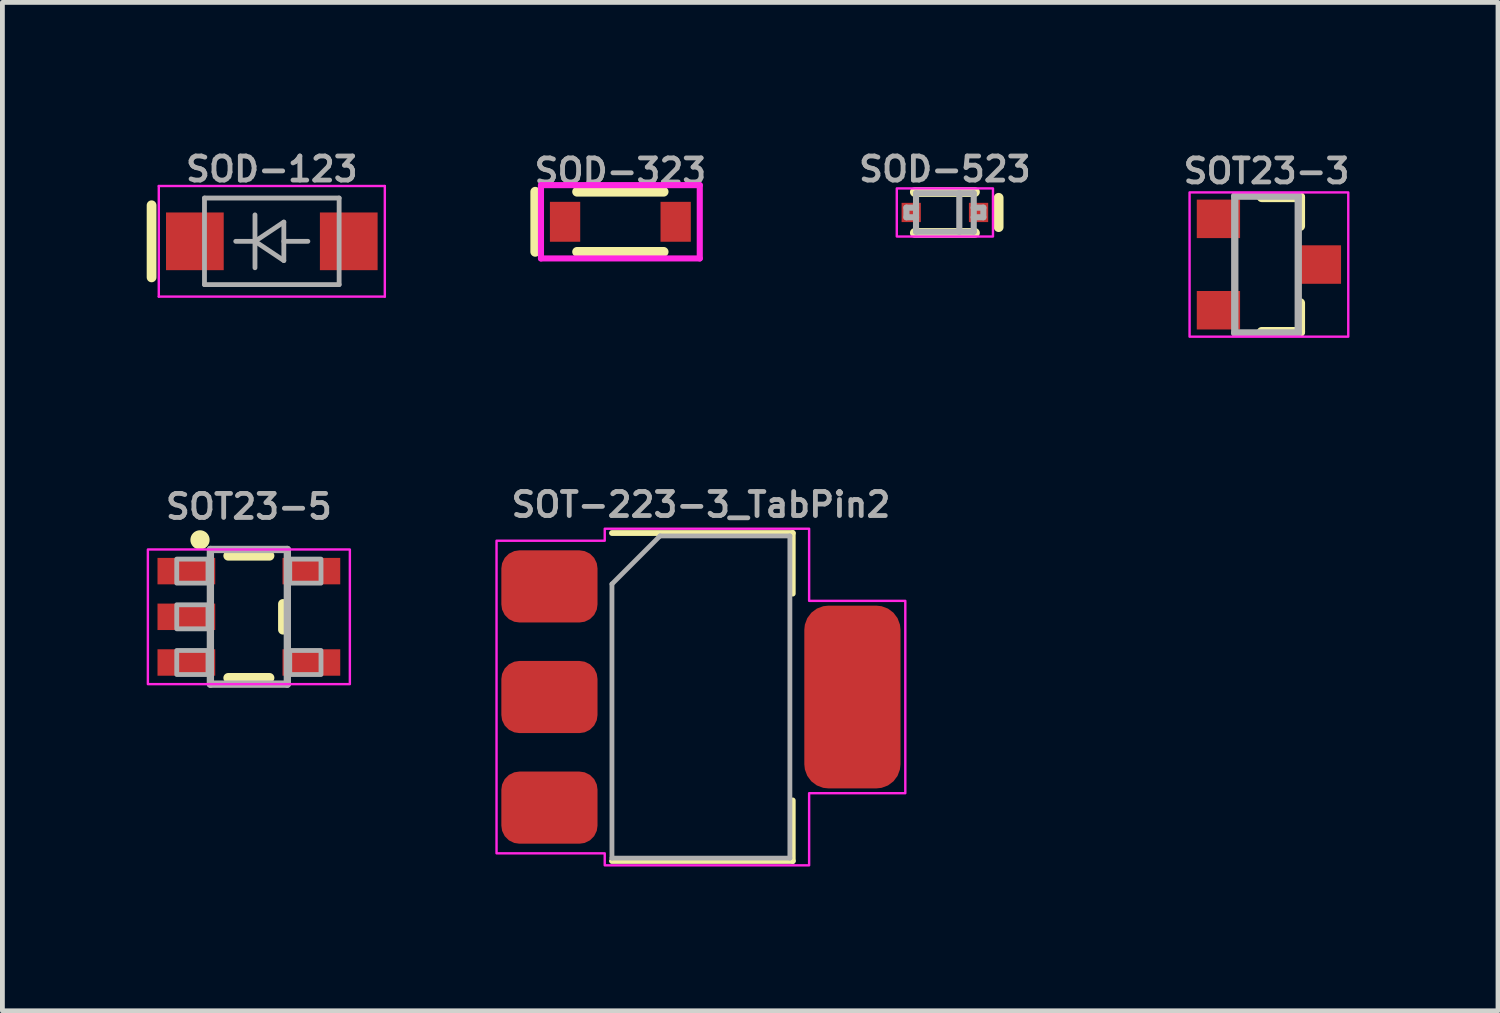
<source format=kicad_pcb>
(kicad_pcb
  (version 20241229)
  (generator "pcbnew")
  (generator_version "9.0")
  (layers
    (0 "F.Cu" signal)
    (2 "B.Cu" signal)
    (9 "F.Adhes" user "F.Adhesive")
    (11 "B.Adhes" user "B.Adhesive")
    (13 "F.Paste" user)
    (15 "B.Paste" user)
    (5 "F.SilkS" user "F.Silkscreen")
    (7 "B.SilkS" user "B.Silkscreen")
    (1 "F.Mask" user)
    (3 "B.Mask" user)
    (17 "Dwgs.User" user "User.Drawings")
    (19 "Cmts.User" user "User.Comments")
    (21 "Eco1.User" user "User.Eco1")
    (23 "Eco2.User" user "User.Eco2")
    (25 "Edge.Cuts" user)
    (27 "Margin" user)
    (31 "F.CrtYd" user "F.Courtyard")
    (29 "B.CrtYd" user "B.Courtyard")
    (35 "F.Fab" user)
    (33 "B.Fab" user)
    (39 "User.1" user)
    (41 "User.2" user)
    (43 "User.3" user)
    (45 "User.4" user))
  (footprint "SOD-323"
    (layer "F.Cu")
    (at 9.85 1.562)
    (property "Reference" "SOD-323" (at 0 -0.762 0) (layer "F.Fab") (effects (font (size 0.5 0.5) (thickness 0.1) (bold yes)) (justify bottom)))
    (fp_line (start -1.77 -0.625) (end -1.77 0.625) (stroke (width 0.203) (type solid)) (layer "F.SilkS"))
    (fp_line (start -0.9 -0.625) (end 0.9 -0.625) (stroke (width 0.203) (type solid)) (layer "F.SilkS"))
    (fp_line (start -0.9 0.625) (end 0.9 0.625) (stroke (width 0.203) (type solid)) (layer "F.SilkS"))
    (fp_line (start -1.651 -0.762) (end 1.651 -0.762) (stroke (width 0.127) (type solid)) (layer "F.CrtYd"))
    (fp_line (start -1.651 0.762) (end -1.651 -0.762) (stroke (width 0.127) (type solid)) (layer "F.CrtYd"))
    (fp_line (start 1.651 -0.762) (end 1.651 0.762) (stroke (width 0.127) (type solid)) (layer "F.CrtYd"))
    (fp_line (start 1.651 0.762) (end -1.651 0.762) (stroke (width 0.127) (type solid)) (layer "F.CrtYd"))
    (pad "A" smd rect (at 1.15 0) (size 0.63 0.83) (layers "F.Cu" "F.Mask" "F.Paste"))
    (pad "C" smd rect (at -1.15 0) (size 0.63 0.83) (layers "F.Cu" "F.Mask" "F.Paste")))
  (footprint "SOD-123"
    (layer "F.Cu")
    (at 2.602 1.968)
    (property "Reference" "SOD-123" (at 0 -1.5 0) (layer "F.Fab") (effects (font (size 0.5 0.5) (thickness 0.1))))
    (attr smd)
    (fp_line (start -2.5 -0.75) (end -2.5 0.75) (stroke (width 0.203) (type solid)) (layer "F.SilkS"))
    (fp_line (start -2.35 -1.15) (end -2.35 1.15) (stroke (width 0.05) (type solid)) (layer "F.CrtYd"))
    (fp_line (start -2.35 -1.15) (end 2.35 -1.15) (stroke (width 0.05) (type solid)) (layer "F.CrtYd"))
    (fp_line (start 2.35 -1.15) (end 2.35 1.15) (stroke (width 0.05) (type solid)) (layer "F.CrtYd"))
    (fp_line (start 2.35 1.15) (end -2.35 1.15) (stroke (width 0.05) (type solid)) (layer "F.CrtYd"))
    (fp_line (start -1.4 -0.9) (end 1.4 -0.9) (stroke (width 0.1) (type solid)) (layer "F.Fab"))
    (fp_line (start -1.4 0.9) (end -1.4 -0.9) (stroke (width 0.1) (type solid)) (layer "F.Fab"))
    (fp_line (start -0.75 0) (end -0.35 0) (stroke (width 0.1) (type solid)) (layer "F.Fab"))
    (fp_line (start -0.35 0) (end -0.35 -0.55) (stroke (width 0.1) (type solid)) (layer "F.Fab"))
    (fp_line (start -0.35 0) (end -0.35 0.55) (stroke (width 0.1) (type solid)) (layer "F.Fab"))
    (fp_line (start -0.35 0) (end 0.25 -0.4) (stroke (width 0.1) (type solid)) (layer "F.Fab"))
    (fp_line (start 0.25 -0.4) (end 0.25 0.4) (stroke (width 0.1) (type solid)) (layer "F.Fab"))
    (fp_line (start 0.25 0) (end 0.75 0) (stroke (width 0.1) (type solid)) (layer "F.Fab"))
    (fp_line (start 0.25 0.4) (end -0.35 0) (stroke (width 0.1) (type solid)) (layer "F.Fab"))
    (fp_line (start 1.4 -0.9) (end 1.4 0.9) (stroke (width 0.1) (type solid)) (layer "F.Fab"))
    (fp_line (start 1.4 0.9) (end -1.4 0.9) (stroke (width 0.1) (type solid)) (layer "F.Fab"))
    (pad "A" smd rect (at 1.6 0) (size 1.2 1.2) (layers "F.Cu" "F.Mask" "F.Paste"))
    (pad "C" smd rect (at -1.6 0) (size 1.2 1.2) (layers "F.Cu" "F.Mask" "F.Paste")))
  (footprint "SOT-223-3_TabPin2"
    (layer "F.Cu")
    (at 11.525 11.444)
    (property "Reference" "SOT-223-3_TabPin2" (at 0 -4 0) (layer "F.Fab") (effects (font (size 0.5 0.5) (thickness 0.1))))
    (attr smd)
    (fp_line (start -1.85 -3.41) (end 1.91 -3.41) (stroke (width 0.12) (type solid)) (layer "F.SilkS"))
    (fp_line (start -1.85 3.41) (end 1.91 3.41) (stroke (width 0.12) (type solid)) (layer "F.SilkS"))
    (fp_line (start 1.91 -3.41) (end 1.91 -2.15) (stroke (width 0.12) (type solid)) (layer "F.SilkS"))
    (fp_line (start 1.91 3.41) (end 1.91 2.15) (stroke (width 0.12) (type solid)) (layer "F.SilkS"))
    (fp_poly (pts (xy 2.25 -3.5) (xy 2.25 -2) (xy 4.25 -2) (xy 4.25 2) (xy 2.25 2) (xy 2.25 3.5) (xy -2 3.5) (xy -2 3.25) (xy -4.25 3.25) (xy -4.25 -3.25) (xy -2 -3.25) (xy -2 -3.5)) (stroke (width 0.05) (type solid)) (fill no) (layer "F.CrtYd"))
    (fp_line (start -1.85 -2.35) (end -1.85 3.35) (stroke (width 0.1) (type solid)) (layer "F.Fab"))
    (fp_line (start -1.85 -2.35) (end -0.85 -3.35) (stroke (width 0.1) (type solid)) (layer "F.Fab"))
    (fp_line (start -1.85 3.35) (end 1.85 3.35) (stroke (width 0.1) (type solid)) (layer "F.Fab"))
    (fp_line (start -0.85 -3.35) (end 1.85 -3.35) (stroke (width 0.1) (type solid)) (layer "F.Fab"))
    (fp_line (start 1.85 -3.35) (end 1.85 3.35) (stroke (width 0.1) (type solid)) (layer "F.Fab"))
    (pad "1" smd roundrect (at -3.15 -2.3) (size 2 1.5) (layers "F.Cu" "F.Mask" "F.Paste") (roundrect_rratio 0.25))
    (pad "2" smd roundrect (at -3.15 0) (size 2 1.5) (layers "F.Cu" "F.Mask" "F.Paste") (roundrect_rratio 0.25))
    (pad "2" smd roundrect (at 3.15 0) (size 2 3.8) (layers "F.Cu" "F.Mask" "F.Paste") (roundrect_rratio 0.25))
    (pad "3" smd roundrect (at -3.15 2.3) (size 2 1.5) (layers "F.Cu" "F.Mask" "F.Paste") (roundrect_rratio 0.25)))
  (footprint "SOT23-5"
    (layer "F.Cu")
    (at 2.125 9.776)
    (property "Reference" "SOT23-5" (at 0 -2 0) (layer "F.Fab") (effects (font (size 0.5 0.5) (thickness 0.1) (bold yes)) (justify bottom)))
    (fp_line (start -0.429 -1.27) (end 0.429 -1.27) (stroke (width 0.203) (type solid)) (layer "F.SilkS"))
    (fp_line (start 0.429 1.27) (end -0.429 1.27) (stroke (width 0.203) (type solid)) (layer "F.SilkS"))
    (fp_line (start 0.709 -0.268) (end 0.709 0.268) (stroke (width 0.203) (type solid)) (layer "F.SilkS"))
    (fp_circle (center -1.016 -1.6) (end -1.016 -1.5) (stroke (width 0.2) (type solid)) (fill yes) (layer "F.SilkS"))
    (fp_rect (start 2.1 -1.4) (end -2.1 1.4) (stroke (width 0.05) (type default)) (fill no) (layer "F.CrtYd"))
    (fp_line (start -0.8 1.4) (end -0.8 -1.4) (stroke (width 0.152) (type solid)) (layer "F.Fab"))
    (fp_line (start 0.8 -1.4) (end -0.8 -1.4) (stroke (width 0.152) (type solid)) (layer "F.Fab"))
    (fp_line (start 0.8 -1.4) (end 0.8 1.4) (stroke (width 0.152) (type solid)) (layer "F.Fab"))
    (fp_line (start 0.8 1.4) (end -0.8 1.4) (stroke (width 0.152) (type solid)) (layer "F.Fab"))
    (fp_poly (pts (xy -1.5 -1.2) (xy -1.5 -0.7) (xy -0.85 -0.7) (xy -0.85 -1.2)) (stroke (width 0.1) (type default)) (fill no) (layer "F.Fab"))
    (fp_poly (pts (xy -1.5 -0.25) (xy -1.5 0.25) (xy -0.85 0.25) (xy -0.85 -0.25)) (stroke (width 0.1) (type default)) (fill no) (layer "F.Fab"))
    (fp_poly (pts (xy -1.5 0.7) (xy -1.5 1.2) (xy -0.85 1.2) (xy -0.85 0.7)) (stroke (width 0.1) (type default)) (fill no) (layer "F.Fab"))
    (fp_poly (pts (xy 0.85 -1.2) (xy 0.85 -0.7) (xy 1.5 -0.7) (xy 1.5 -1.2)) (stroke (width 0.1) (type default)) (fill no) (layer "F.Fab"))
    (fp_poly (pts (xy 0.85 0.7) (xy 0.85 1.2) (xy 1.5 1.2) (xy 1.5 0.7)) (stroke (width 0.1) (type default)) (fill no) (layer "F.Fab"))
    (pad "1" smd rect (at -1.3 -0.95 270) (size 0.55 1.2) (layers "F.Cu" "F.Mask" "F.Paste"))
    (pad "2" smd rect (at -1.3 0 270) (size 0.55 1.2) (layers "F.Cu" "F.Mask" "F.Paste"))
    (pad "3" smd rect (at -1.3 0.95 270) (size 0.55 1.2) (layers "F.Cu" "F.Mask" "F.Paste"))
    (pad "4" smd rect (at 1.3 0.95 270) (size 0.55 1.2) (layers "F.Cu" "F.Mask" "F.Paste"))
    (pad "5" smd rect (at 1.3 -0.95 270) (size 0.55 1.2) (layers "F.Cu" "F.Mask" "F.Paste")))
  (footprint "SOT23-3"
    (layer "F.Cu")
    (at 23.286 2.451)
    (property "Reference" "SOT23-3" (at 0 -1.651 0) (layer "F.Fab") (effects (font (size 0.5 0.5) (thickness 0.1) (bold yes)) (justify bottom)))
    (fp_line (start 0.7 -1.4) (end -0.1 -1.4) (stroke (width 0.203) (type solid)) (layer "F.SilkS"))
    (fp_line (start 0.7 -0.8) (end 0.7 -1.4) (stroke (width 0.203) (type solid)) (layer "F.SilkS"))
    (fp_line (start 0.7 0.8) (end 0.7 1.4) (stroke (width 0.203) (type solid)) (layer "F.SilkS"))
    (fp_line (start 0.7 1.4) (end -0.1 1.4) (stroke (width 0.203) (type solid)) (layer "F.SilkS"))
    (fp_rect (start 1.7 -1.5) (end -1.6 1.5) (stroke (width 0.05) (type default)) (fill no) (layer "F.CrtYd"))
    (fp_line (start -0.66 -1.422) (end 0.66 -1.422) (stroke (width 0.152) (type solid)) (layer "F.Fab"))
    (fp_line (start -0.66 1.422) (end -0.66 -1.422) (stroke (width 0.152) (type solid)) (layer "F.Fab"))
    (fp_line (start 0.66 -1.422) (end 0.66 1.422) (stroke (width 0.152) (type solid)) (layer "F.Fab"))
    (fp_line (start 0.66 1.422) (end -0.66 1.422) (stroke (width 0.152) (type solid)) (layer "F.Fab"))
    (pad "1" smd rect (at -1 -0.95 270) (size 0.8 0.9) (layers "F.Cu" "F.Mask" "F.Paste"))
    (pad "2" smd rect (at -1 0.95 270) (size 0.8 0.9) (layers "F.Cu" "F.Mask" "F.Paste"))
    (pad "3" smd rect (at 1.1 0 270) (size 0.8 0.9) (layers "F.Cu" "F.Mask" "F.Paste")))
  (footprint "SOD-523"
    (layer "F.Cu")
    (at 16.598 1.368)
    (property "Reference" "SOD-523" (at 0 -0.9 0) (layer "F.Fab") (effects (font (size 0.5 0.5) (thickness 0.1) (bold yes))))
    (fp_line (start -0.625 0.425) (end 0.625 0.425) (stroke (width 0.203) (type solid)) (layer "F.SilkS"))
    (fp_line (start 0.625 -0.425) (end -0.625 -0.425) (stroke (width 0.203) (type solid)) (layer "F.SilkS"))
    (fp_line (start 1.118 -0.305) (end 1.118 0.305) (stroke (width 0.203) (type solid)) (layer "F.SilkS"))
    (fp_rect (start -1 -0.5) (end 1 0.5) (stroke (width 0.05) (type default)) (fill no) (layer "F.CrtYd"))
    (fp_line (start -0.8 -0.1) (end -0.8 0.1) (stroke (width 0.127) (type solid)) (layer "F.Fab"))
    (fp_line (start -0.6 -0.4) (end -0.6 -0.1) (stroke (width 0.127) (type solid)) (layer "F.Fab"))
    (fp_line (start -0.6 -0.1) (end -0.8 -0.1) (stroke (width 0.127) (type solid)) (layer "F.Fab"))
    (fp_line (start -0.6 -0.1) (end -0.6 0.1) (stroke (width 0.127) (type solid)) (layer "F.Fab"))
    (fp_line (start -0.6 0.1) (end -0.8 0.1) (stroke (width 0.127) (type solid)) (layer "F.Fab"))
    (fp_line (start -0.6 0.1) (end -0.6 0.4) (stroke (width 0.127) (type solid)) (layer "F.Fab"))
    (fp_line (start -0.6 0.4) (end 0.3 0.4) (stroke (width 0.127) (type solid)) (layer "F.Fab"))
    (fp_line (start 0.3 -0.4) (end -0.6 -0.4) (stroke (width 0.127) (type solid)) (layer "F.Fab"))
    (fp_line (start 0.3 -0.4) (end 0.3 0.4) (stroke (width 0.127) (type solid)) (layer "F.Fab"))
    (fp_line (start 0.3 0.4) (end 0.6 0.4) (stroke (width 0.127) (type solid)) (layer "F.Fab"))
    (fp_line (start 0.6 -0.4) (end 0.3 -0.4) (stroke (width 0.127) (type solid)) (layer "F.Fab"))
    (fp_line (start 0.6 -0.1) (end 0.6 -0.4) (stroke (width 0.127) (type solid)) (layer "F.Fab"))
    (fp_line (start 0.6 -0.1) (end 0.8 -0.1) (stroke (width 0.127) (type solid)) (layer "F.Fab"))
    (fp_line (start 0.6 0.1) (end 0.6 -0.1) (stroke (width 0.127) (type solid)) (layer "F.Fab"))
    (fp_line (start 0.6 0.4) (end 0.6 0.1) (stroke (width 0.127) (type solid)) (layer "F.Fab"))
    (fp_line (start 0.8 -0.1) (end 0.8 0.1) (stroke (width 0.127) (type solid)) (layer "F.Fab"))
    (fp_line (start 0.8 0.1) (end 0.6 0.1) (stroke (width 0.127) (type solid)) (layer "F.Fab"))
    (pad "A" smd rect (at -0.7 0) (size 0.4 0.4) (layers "F.Cu" "F.Mask" "F.Paste"))
    (pad "C" smd rect (at 0.7 0) (size 0.4 0.4) (layers "F.Cu" "F.Mask" "F.Paste")))
  (gr_rect
    (start -3 -3)
    (end 28.1 17.969)
    (stroke (width 0.1) (type default))
    (fill no)
    (layer "Edge.Cuts")))
</source>
